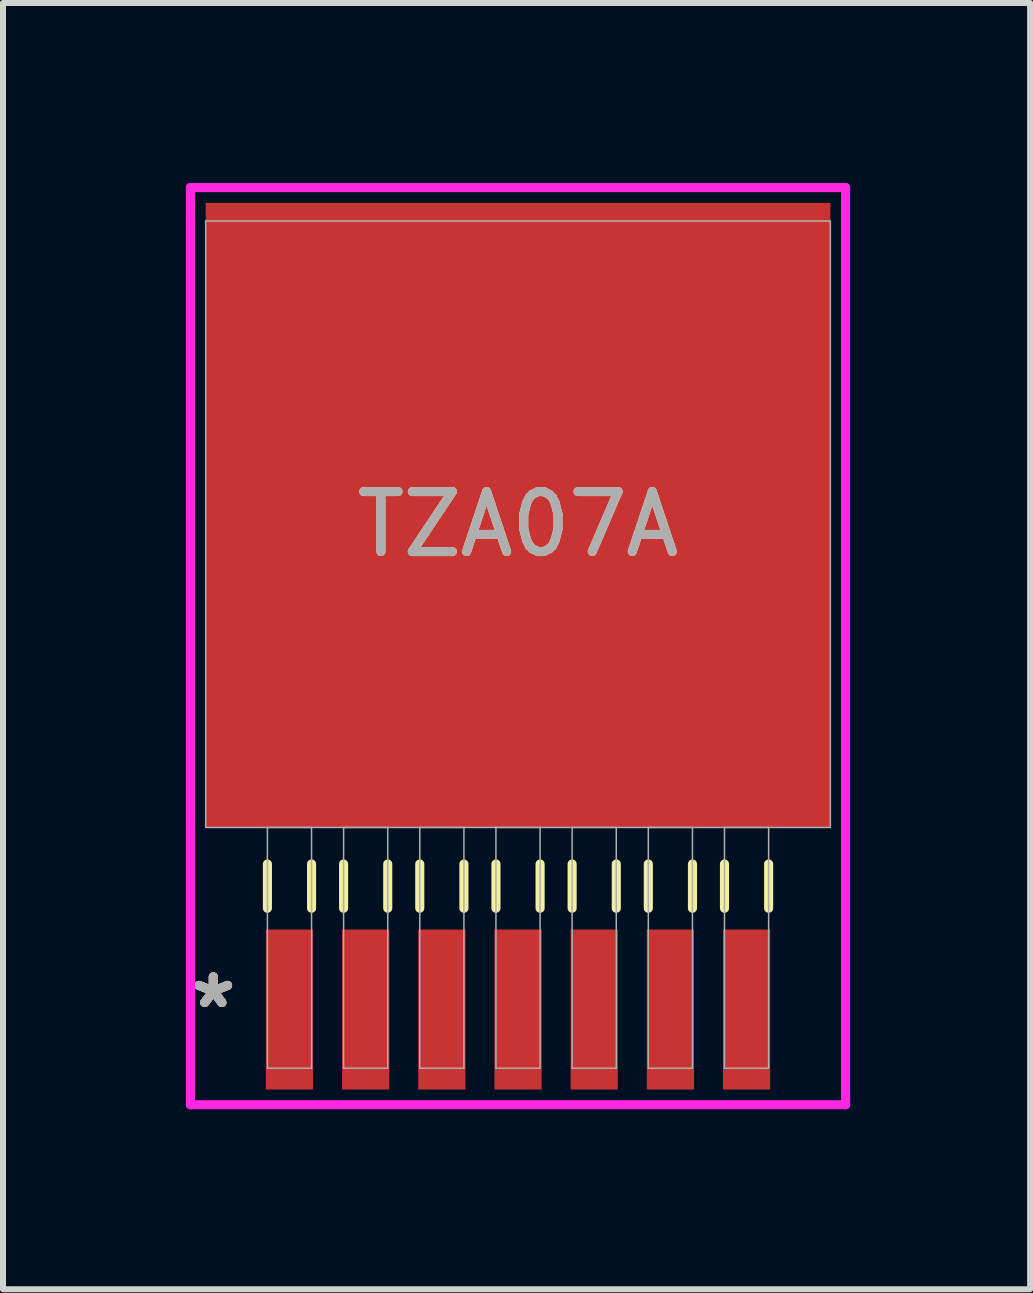
<source format=kicad_pcb>
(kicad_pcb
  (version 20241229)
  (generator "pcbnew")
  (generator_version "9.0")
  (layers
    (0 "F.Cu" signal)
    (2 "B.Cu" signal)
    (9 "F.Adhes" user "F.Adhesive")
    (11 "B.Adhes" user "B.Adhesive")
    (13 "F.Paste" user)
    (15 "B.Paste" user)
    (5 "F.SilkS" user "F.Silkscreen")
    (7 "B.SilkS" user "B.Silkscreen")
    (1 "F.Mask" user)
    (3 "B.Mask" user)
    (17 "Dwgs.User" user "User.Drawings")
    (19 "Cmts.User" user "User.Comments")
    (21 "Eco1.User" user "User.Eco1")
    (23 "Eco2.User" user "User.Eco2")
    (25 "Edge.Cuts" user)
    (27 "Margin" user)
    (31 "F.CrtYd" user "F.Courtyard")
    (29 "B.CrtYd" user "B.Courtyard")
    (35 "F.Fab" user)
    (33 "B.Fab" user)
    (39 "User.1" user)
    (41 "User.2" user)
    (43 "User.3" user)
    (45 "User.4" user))
  (footprint "TZA07A"
    (layer "F.Cu")
    (at 5.586 5.69)
    (property "Reference" "TZA07A" (at 0 0 0) (unlocked yes) (layer "F.SilkS") (effects (font (size 1 1) (thickness 0.15))))
    (attr smd)
    (fp_line (start -4.178 5.664) (end -4.178 6.401) (stroke (width 0.152) (type solid)) (layer "F.SilkS"))
    (fp_line (start -3.442 5.664) (end -3.442 6.401) (stroke (width 0.152) (type solid)) (layer "F.SilkS"))
    (fp_line (start -2.908 5.664) (end -2.908 6.401) (stroke (width 0.152) (type solid)) (layer "F.SilkS"))
    (fp_line (start -2.172 5.664) (end -2.172 6.401) (stroke (width 0.152) (type solid)) (layer "F.SilkS"))
    (fp_line (start -1.638 5.664) (end -1.638 6.401) (stroke (width 0.152) (type solid)) (layer "F.SilkS"))
    (fp_line (start -0.902 5.664) (end -0.902 6.401) (stroke (width 0.152) (type solid)) (layer "F.SilkS"))
    (fp_line (start -0.368 5.664) (end -0.368 6.401) (stroke (width 0.152) (type solid)) (layer "F.SilkS"))
    (fp_line (start 0.368 5.664) (end 0.368 6.401) (stroke (width 0.152) (type solid)) (layer "F.SilkS"))
    (fp_line (start 0.902 5.664) (end 0.902 6.401) (stroke (width 0.152) (type solid)) (layer "F.SilkS"))
    (fp_line (start 1.638 5.664) (end 1.638 6.401) (stroke (width 0.152) (type solid)) (layer "F.SilkS"))
    (fp_line (start 2.172 5.664) (end 2.172 6.401) (stroke (width 0.152) (type solid)) (layer "F.SilkS"))
    (fp_line (start 2.908 5.664) (end 2.908 6.401) (stroke (width 0.152) (type solid)) (layer "F.SilkS"))
    (fp_line (start 3.442 5.664) (end 3.442 6.401) (stroke (width 0.152) (type solid)) (layer "F.SilkS"))
    (fp_line (start 4.178 5.664) (end 4.178 6.401) (stroke (width 0.152) (type solid)) (layer "F.SilkS"))
    (fp_line (start -5.461 -5.613) (end 5.461 -5.613) (stroke (width 0.152) (type solid)) (layer "F.CrtYd"))
    (fp_line (start -5.461 9.677) (end -5.461 -5.613) (stroke (width 0.152) (type solid)) (layer "F.CrtYd"))
    (fp_line (start 5.461 -5.613) (end 5.461 9.677) (stroke (width 0.152) (type solid)) (layer "F.CrtYd"))
    (fp_line (start 5.461 9.677) (end -5.461 9.677) (stroke (width 0.152) (type solid)) (layer "F.CrtYd"))
    (fp_line (start -5.207 -5.055) (end -5.207 5.055) (stroke (width 0.025) (type solid)) (layer "F.Fab"))
    (fp_line (start -5.207 5.055) (end 5.207 5.055) (stroke (width 0.025) (type solid)) (layer "F.Fab"))
    (fp_line (start -4.178 5.055) (end -4.178 9.068) (stroke (width 0.025) (type solid)) (layer "F.Fab"))
    (fp_line (start -4.178 9.068) (end -3.442 9.068) (stroke (width 0.025) (type solid)) (layer "F.Fab"))
    (fp_line (start -3.442 5.055) (end -4.178 5.055) (stroke (width 0.025) (type solid)) (layer "F.Fab"))
    (fp_line (start -3.442 9.068) (end -3.442 5.055) (stroke (width 0.025) (type solid)) (layer "F.Fab"))
    (fp_line (start -2.908 5.055) (end -2.908 9.068) (stroke (width 0.025) (type solid)) (layer "F.Fab"))
    (fp_line (start -2.908 9.068) (end -2.172 9.068) (stroke (width 0.025) (type solid)) (layer "F.Fab"))
    (fp_line (start -2.172 5.055) (end -2.908 5.055) (stroke (width 0.025) (type solid)) (layer "F.Fab"))
    (fp_line (start -2.172 9.068) (end -2.172 5.055) (stroke (width 0.025) (type solid)) (layer "F.Fab"))
    (fp_line (start -1.638 5.055) (end -1.638 9.068) (stroke (width 0.025) (type solid)) (layer "F.Fab"))
    (fp_line (start -1.638 9.068) (end -0.902 9.068) (stroke (width 0.025) (type solid)) (layer "F.Fab"))
    (fp_line (start -0.902 5.055) (end -1.638 5.055) (stroke (width 0.025) (type solid)) (layer "F.Fab"))
    (fp_line (start -0.902 9.068) (end -0.902 5.055) (stroke (width 0.025) (type solid)) (layer "F.Fab"))
    (fp_line (start -0.368 5.055) (end -0.368 9.068) (stroke (width 0.025) (type solid)) (layer "F.Fab"))
    (fp_line (start -0.368 9.068) (end 0.368 9.068) (stroke (width 0.025) (type solid)) (layer "F.Fab"))
    (fp_line (start 0.368 5.055) (end -0.368 5.055) (stroke (width 0.025) (type solid)) (layer "F.Fab"))
    (fp_line (start 0.368 9.068) (end 0.368 5.055) (stroke (width 0.025) (type solid)) (layer "F.Fab"))
    (fp_line (start 0.902 5.055) (end 0.902 9.068) (stroke (width 0.025) (type solid)) (layer "F.Fab"))
    (fp_line (start 0.902 9.068) (end 1.638 9.068) (stroke (width 0.025) (type solid)) (layer "F.Fab"))
    (fp_line (start 1.638 5.055) (end 0.902 5.055) (stroke (width 0.025) (type solid)) (layer "F.Fab"))
    (fp_line (start 1.638 9.068) (end 1.638 5.055) (stroke (width 0.025) (type solid)) (layer "F.Fab"))
    (fp_line (start 2.172 5.055) (end 2.172 9.068) (stroke (width 0.025) (type solid)) (layer "F.Fab"))
    (fp_line (start 2.172 9.068) (end 2.908 9.068) (stroke (width 0.025) (type solid)) (layer "F.Fab"))
    (fp_line (start 2.908 5.055) (end 2.172 5.055) (stroke (width 0.025) (type solid)) (layer "F.Fab"))
    (fp_line (start 2.908 9.068) (end 2.908 5.055) (stroke (width 0.025) (type solid)) (layer "F.Fab"))
    (fp_line (start 3.442 5.055) (end 3.442 9.068) (stroke (width 0.025) (type solid)) (layer "F.Fab"))
    (fp_line (start 3.442 9.068) (end 4.178 9.068) (stroke (width 0.025) (type solid)) (layer "F.Fab"))
    (fp_line (start 4.178 5.055) (end 3.442 5.055) (stroke (width 0.025) (type solid)) (layer "F.Fab"))
    (fp_line (start 4.178 9.068) (end 4.178 5.055) (stroke (width 0.025) (type solid)) (layer "F.Fab"))
    (fp_line (start 5.207 -5.055) (end -5.207 -5.055) (stroke (width 0.025) (type solid)) (layer "F.Fab"))
    (fp_line (start 5.207 5.055) (end 5.207 -5.055) (stroke (width 0.025) (type solid)) (layer "F.Fab"))
    (fp_text user "*" (at -5.08 8.09 0) (layer "F.SilkS") (effects (font (size 1 1) (thickness 0.15))))
    (fp_text user "*" (at -5.08 8.09 0) (unlocked yes) (layer "F.SilkS") (effects (font (size 1 1) (thickness 0.15))))
    (fp_text user "*" (at -5.08 8.09 0) (layer "F.Fab") (effects (font (size 1 1) (thickness 0.15))))
    (fp_text user "*" (at -5.08 8.09 0) (unlocked yes) (layer "F.Fab") (effects (font (size 1 1) (thickness 0.15))))
    (fp_text user "${REFERENCE}" (at 0 0 0) (unlocked yes) (layer "F.Fab") (effects (font (size 1 1) (thickness 0.15))))
    (pad "1" smd rect (at -3.81 8.09) (size 0.787 2.667) (layers "F.Cu" "F.Mask" "F.Paste"))
    (pad "2" smd rect (at -2.54 8.09) (size 0.787 2.667) (layers "F.Cu" "F.Mask" "F.Paste"))
    (pad "3" smd rect (at -1.27 8.09) (size 0.787 2.667) (layers "F.Cu" "F.Mask" "F.Paste"))
    (pad "4" smd rect (at 0 8.09) (size 0.787 2.667) (layers "F.Cu" "F.Mask" "F.Paste"))
    (pad "5" smd rect (at 1.27 8.09) (size 0.787 2.667) (layers "F.Cu" "F.Mask" "F.Paste"))
    (pad "6" smd rect (at 2.54 8.09) (size 0.787 2.667) (layers "F.Cu" "F.Mask" "F.Paste"))
    (pad "7" smd rect (at 3.81 8.09) (size 0.787 2.667) (layers "F.Cu" "F.Mask" "F.Paste"))
    (pad "8" smd rect (at 0 -0.152) (size 10.414 10.414) (layers "F.Cu" "F.Mask" "F.Paste")))
  (gr_rect
    (start -3 -3)
    (end 14.123 18.443)
    (stroke (width 0.1) (type default))
    (fill no)
    (layer "Edge.Cuts")))
</source>
